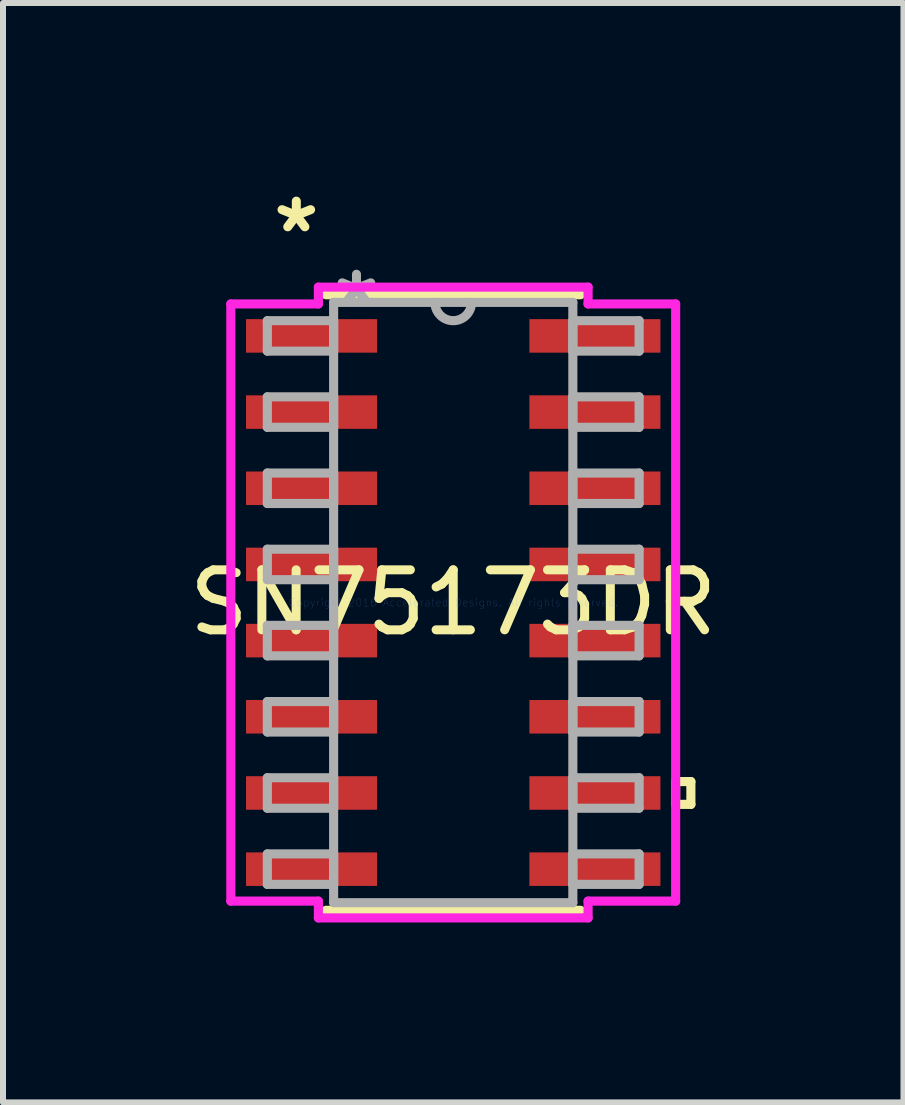
<source format=kicad_pcb>
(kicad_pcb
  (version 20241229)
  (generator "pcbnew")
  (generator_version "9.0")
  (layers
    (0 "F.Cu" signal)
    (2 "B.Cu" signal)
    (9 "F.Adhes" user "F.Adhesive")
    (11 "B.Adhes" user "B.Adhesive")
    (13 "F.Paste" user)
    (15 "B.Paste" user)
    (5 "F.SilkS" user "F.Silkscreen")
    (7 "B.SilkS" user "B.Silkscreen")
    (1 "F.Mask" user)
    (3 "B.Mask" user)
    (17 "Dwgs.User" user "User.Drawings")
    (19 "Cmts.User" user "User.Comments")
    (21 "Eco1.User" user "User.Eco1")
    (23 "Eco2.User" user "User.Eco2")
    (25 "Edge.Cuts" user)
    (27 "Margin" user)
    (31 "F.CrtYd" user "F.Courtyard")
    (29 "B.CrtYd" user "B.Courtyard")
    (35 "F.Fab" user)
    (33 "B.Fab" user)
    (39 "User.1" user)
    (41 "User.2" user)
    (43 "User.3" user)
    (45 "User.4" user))
  (footprint "SN75173DR"
    (layer "F.Cu")
    (at 4.506 6.995)
    (property "Reference" "SN75173DR" (at 0 0 0) (layer "F.SilkS") (effects (font (size 1 1) (thickness 0.15))))
    (attr through_hole)
    (fp_line (start -2.121 5.131) (end 2.121 5.131) (stroke (width 0.152) (type solid)) (layer "F.SilkS"))
    (fp_line (start 2.121 -5.131) (end -2.121 -5.131) (stroke (width 0.152) (type solid)) (layer "F.SilkS"))
    (fp_line (start 3.708 2.985) (end 3.962 2.985) (stroke (width 0.152) (type solid)) (layer "F.SilkS"))
    (fp_line (start 3.708 3.365) (end 3.708 2.985) (stroke (width 0.152) (type solid)) (layer "F.SilkS"))
    (fp_line (start 3.962 2.985) (end 3.962 3.365) (stroke (width 0.152) (type solid)) (layer "F.SilkS"))
    (fp_line (start 3.962 3.365) (end 3.708 3.365) (stroke (width 0.152) (type solid)) (layer "F.SilkS"))
    (fp_line (start -3.708 -4.978) (end -2.248 -4.978) (stroke (width 0.152) (type solid)) (layer "F.CrtYd"))
    (fp_line (start -3.708 4.978) (end -3.708 -4.978) (stroke (width 0.152) (type solid)) (layer "F.CrtYd"))
    (fp_line (start -2.248 -5.258) (end 2.248 -5.258) (stroke (width 0.152) (type solid)) (layer "F.CrtYd"))
    (fp_line (start -2.248 -4.978) (end -2.248 -5.258) (stroke (width 0.152) (type solid)) (layer "F.CrtYd"))
    (fp_line (start -2.248 4.978) (end -3.708 4.978) (stroke (width 0.152) (type solid)) (layer "F.CrtYd"))
    (fp_line (start -2.248 5.258) (end -2.248 4.978) (stroke (width 0.152) (type solid)) (layer "F.CrtYd"))
    (fp_line (start 2.248 -5.258) (end 2.248 -4.978) (stroke (width 0.152) (type solid)) (layer "F.CrtYd"))
    (fp_line (start 2.248 -4.978) (end 3.708 -4.978) (stroke (width 0.152) (type solid)) (layer "F.CrtYd"))
    (fp_line (start 2.248 4.978) (end 2.248 5.258) (stroke (width 0.152) (type solid)) (layer "F.CrtYd"))
    (fp_line (start 2.248 5.258) (end -2.248 5.258) (stroke (width 0.152) (type solid)) (layer "F.CrtYd"))
    (fp_line (start 3.708 -4.978) (end 3.708 4.978) (stroke (width 0.152) (type solid)) (layer "F.CrtYd"))
    (fp_line (start 3.708 4.978) (end 2.248 4.978) (stroke (width 0.152) (type solid)) (layer "F.CrtYd"))
    (fp_line (start -3.099 -4.699) (end -3.099 -4.191) (stroke (width 0.152) (type solid)) (layer "F.Fab"))
    (fp_line (start -3.099 -4.191) (end -1.994 -4.191) (stroke (width 0.152) (type solid)) (layer "F.Fab"))
    (fp_line (start -3.099 -3.429) (end -3.099 -2.921) (stroke (width 0.152) (type solid)) (layer "F.Fab"))
    (fp_line (start -3.099 -2.921) (end -1.994 -2.921) (stroke (width 0.152) (type solid)) (layer "F.Fab"))
    (fp_line (start -3.099 -2.159) (end -3.099 -1.651) (stroke (width 0.152) (type solid)) (layer "F.Fab"))
    (fp_line (start -3.099 -1.651) (end -1.994 -1.651) (stroke (width 0.152) (type solid)) (layer "F.Fab"))
    (fp_line (start -3.099 -0.889) (end -3.099 -0.381) (stroke (width 0.152) (type solid)) (layer "F.Fab"))
    (fp_line (start -3.099 -0.381) (end -1.994 -0.381) (stroke (width 0.152) (type solid)) (layer "F.Fab"))
    (fp_line (start -3.099 0.381) (end -3.099 0.889) (stroke (width 0.152) (type solid)) (layer "F.Fab"))
    (fp_line (start -3.099 0.889) (end -1.994 0.889) (stroke (width 0.152) (type solid)) (layer "F.Fab"))
    (fp_line (start -3.099 1.651) (end -3.099 2.159) (stroke (width 0.152) (type solid)) (layer "F.Fab"))
    (fp_line (start -3.099 2.159) (end -1.994 2.159) (stroke (width 0.152) (type solid)) (layer "F.Fab"))
    (fp_line (start -3.099 2.921) (end -3.099 3.429) (stroke (width 0.152) (type solid)) (layer "F.Fab"))
    (fp_line (start -3.099 3.429) (end -1.994 3.429) (stroke (width 0.152) (type solid)) (layer "F.Fab"))
    (fp_line (start -3.099 4.191) (end -3.099 4.699) (stroke (width 0.152) (type solid)) (layer "F.Fab"))
    (fp_line (start -3.099 4.699) (end -1.994 4.699) (stroke (width 0.152) (type solid)) (layer "F.Fab"))
    (fp_line (start -1.994 -5.004) (end -1.994 5.004) (stroke (width 0.152) (type solid)) (layer "F.Fab"))
    (fp_line (start -1.994 -4.699) (end -3.099 -4.699) (stroke (width 0.152) (type solid)) (layer "F.Fab"))
    (fp_line (start -1.994 -4.191) (end -1.994 -4.699) (stroke (width 0.152) (type solid)) (layer "F.Fab"))
    (fp_line (start -1.994 -3.429) (end -3.099 -3.429) (stroke (width 0.152) (type solid)) (layer "F.Fab"))
    (fp_line (start -1.994 -2.921) (end -1.994 -3.429) (stroke (width 0.152) (type solid)) (layer "F.Fab"))
    (fp_line (start -1.994 -2.159) (end -3.099 -2.159) (stroke (width 0.152) (type solid)) (layer "F.Fab"))
    (fp_line (start -1.994 -1.651) (end -1.994 -2.159) (stroke (width 0.152) (type solid)) (layer "F.Fab"))
    (fp_line (start -1.994 -0.889) (end -3.099 -0.889) (stroke (width 0.152) (type solid)) (layer "F.Fab"))
    (fp_line (start -1.994 -0.381) (end -1.994 -0.889) (stroke (width 0.152) (type solid)) (layer "F.Fab"))
    (fp_line (start -1.994 0.381) (end -3.099 0.381) (stroke (width 0.152) (type solid)) (layer "F.Fab"))
    (fp_line (start -1.994 0.889) (end -1.994 0.381) (stroke (width 0.152) (type solid)) (layer "F.Fab"))
    (fp_line (start -1.994 1.651) (end -3.099 1.651) (stroke (width 0.152) (type solid)) (layer "F.Fab"))
    (fp_line (start -1.994 2.159) (end -1.994 1.651) (stroke (width 0.152) (type solid)) (layer "F.Fab"))
    (fp_line (start -1.994 2.921) (end -3.099 2.921) (stroke (width 0.152) (type solid)) (layer "F.Fab"))
    (fp_line (start -1.994 3.429) (end -1.994 2.921) (stroke (width 0.152) (type solid)) (layer "F.Fab"))
    (fp_line (start -1.994 4.191) (end -3.099 4.191) (stroke (width 0.152) (type solid)) (layer "F.Fab"))
    (fp_line (start -1.994 4.699) (end -1.994 4.191) (stroke (width 0.152) (type solid)) (layer "F.Fab"))
    (fp_line (start -1.994 5.004) (end 1.994 5.004) (stroke (width 0.152) (type solid)) (layer "F.Fab"))
    (fp_line (start 1.994 -5.004) (end -1.994 -5.004) (stroke (width 0.152) (type solid)) (layer "F.Fab"))
    (fp_line (start 1.994 -4.699) (end 1.994 -4.191) (stroke (width 0.152) (type solid)) (layer "F.Fab"))
    (fp_line (start 1.994 -4.191) (end 3.099 -4.191) (stroke (width 0.152) (type solid)) (layer "F.Fab"))
    (fp_line (start 1.994 -3.429) (end 1.994 -2.921) (stroke (width 0.152) (type solid)) (layer "F.Fab"))
    (fp_line (start 1.994 -2.921) (end 3.099 -2.921) (stroke (width 0.152) (type solid)) (layer "F.Fab"))
    (fp_line (start 1.994 -2.159) (end 1.994 -1.651) (stroke (width 0.152) (type solid)) (layer "F.Fab"))
    (fp_line (start 1.994 -1.651) (end 3.099 -1.651) (stroke (width 0.152) (type solid)) (layer "F.Fab"))
    (fp_line (start 1.994 -0.889) (end 1.994 -0.381) (stroke (width 0.152) (type solid)) (layer "F.Fab"))
    (fp_line (start 1.994 -0.381) (end 3.099 -0.381) (stroke (width 0.152) (type solid)) (layer "F.Fab"))
    (fp_line (start 1.994 0.381) (end 1.994 0.889) (stroke (width 0.152) (type solid)) (layer "F.Fab"))
    (fp_line (start 1.994 0.889) (end 3.099 0.889) (stroke (width 0.152) (type solid)) (layer "F.Fab"))
    (fp_line (start 1.994 1.651) (end 1.994 2.159) (stroke (width 0.152) (type solid)) (layer "F.Fab"))
    (fp_line (start 1.994 2.159) (end 3.099 2.159) (stroke (width 0.152) (type solid)) (layer "F.Fab"))
    (fp_line (start 1.994 2.921) (end 1.994 3.429) (stroke (width 0.152) (type solid)) (layer "F.Fab"))
    (fp_line (start 1.994 3.429) (end 3.099 3.429) (stroke (width 0.152) (type solid)) (layer "F.Fab"))
    (fp_line (start 1.994 4.191) (end 1.994 4.699) (stroke (width 0.152) (type solid)) (layer "F.Fab"))
    (fp_line (start 1.994 4.699) (end 3.099 4.699) (stroke (width 0.152) (type solid)) (layer "F.Fab"))
    (fp_line (start 1.994 5.004) (end 1.994 -5.004) (stroke (width 0.152) (type solid)) (layer "F.Fab"))
    (fp_line (start 3.099 -4.699) (end 1.994 -4.699) (stroke (width 0.152) (type solid)) (layer "F.Fab"))
    (fp_line (start 3.099 -4.191) (end 3.099 -4.699) (stroke (width 0.152) (type solid)) (layer "F.Fab"))
    (fp_line (start 3.099 -3.429) (end 1.994 -3.429) (stroke (width 0.152) (type solid)) (layer "F.Fab"))
    (fp_line (start 3.099 -2.921) (end 3.099 -3.429) (stroke (width 0.152) (type solid)) (layer "F.Fab"))
    (fp_line (start 3.099 -2.159) (end 1.994 -2.159) (stroke (width 0.152) (type solid)) (layer "F.Fab"))
    (fp_line (start 3.099 -1.651) (end 3.099 -2.159) (stroke (width 0.152) (type solid)) (layer "F.Fab"))
    (fp_line (start 3.099 -0.889) (end 1.994 -0.889) (stroke (width 0.152) (type solid)) (layer "F.Fab"))
    (fp_line (start 3.099 -0.381) (end 3.099 -0.889) (stroke (width 0.152) (type solid)) (layer "F.Fab"))
    (fp_line (start 3.099 0.381) (end 1.994 0.381) (stroke (width 0.152) (type solid)) (layer "F.Fab"))
    (fp_line (start 3.099 0.889) (end 3.099 0.381) (stroke (width 0.152) (type solid)) (layer "F.Fab"))
    (fp_line (start 3.099 1.651) (end 1.994 1.651) (stroke (width 0.152) (type solid)) (layer "F.Fab"))
    (fp_line (start 3.099 2.159) (end 3.099 1.651) (stroke (width 0.152) (type solid)) (layer "F.Fab"))
    (fp_line (start 3.099 2.921) (end 1.994 2.921) (stroke (width 0.152) (type solid)) (layer "F.Fab"))
    (fp_line (start 3.099 3.429) (end 3.099 2.921) (stroke (width 0.152) (type solid)) (layer "F.Fab"))
    (fp_line (start 3.099 4.191) (end 1.994 4.191) (stroke (width 0.152) (type solid)) (layer "F.Fab"))
    (fp_line (start 3.099 4.699) (end 3.099 4.191) (stroke (width 0.152) (type solid)) (layer "F.Fab"))
    (fp_arc (start 0.3048 -5.0038) (mid 0 -4.699) (end -0.3048 -5.0038) (stroke (width 0.1524) (type solid)) (layer "F.Fab"))
    (fp_text user "*" (at -2.616 -6.147 0) (layer "F.SilkS") (effects (font (size 1 1) (thickness 0.15))))
    (fp_text user "Copyright 2016 Accelerated Designs. All rights reserved." (at 0 0 0) (layer "Cmts.User") (effects (font (size 0.127 0.127) (thickness 0.002))))
    (fp_text user "*" (at -1.613 -4.928 0) (layer "F.Fab") (effects (font (size 1 1) (thickness 0.15))))
    (pad "1" smd rect (at -2.362 -4.445) (size 2.184 0.559) (layers "F.Cu" "F.Mask" "F.Paste"))
    (pad "2" smd rect (at -2.362 -3.175) (size 2.184 0.559) (layers "F.Cu" "F.Mask" "F.Paste"))
    (pad "3" smd rect (at -2.362 -1.905) (size 2.184 0.559) (layers "F.Cu" "F.Mask" "F.Paste"))
    (pad "4" smd rect (at -2.362 -0.635) (size 2.184 0.559) (layers "F.Cu" "F.Mask" "F.Paste"))
    (pad "5" smd rect (at -2.362 0.635) (size 2.184 0.559) (layers "F.Cu" "F.Mask" "F.Paste"))
    (pad "6" smd rect (at -2.362 1.905) (size 2.184 0.559) (layers "F.Cu" "F.Mask" "F.Paste"))
    (pad "7" smd rect (at -2.362 3.175) (size 2.184 0.559) (layers "F.Cu" "F.Mask" "F.Paste"))
    (pad "8" smd rect (at -2.362 4.445) (size 2.184 0.559) (layers "F.Cu" "F.Mask" "F.Paste"))
    (pad "9" smd rect (at 2.362 4.445) (size 2.184 0.559) (layers "F.Cu" "F.Mask" "F.Paste"))
    (pad "10" smd rect (at 2.362 3.175) (size 2.184 0.559) (layers "F.Cu" "F.Mask" "F.Paste"))
    (pad "11" smd rect (at 2.362 1.905) (size 2.184 0.559) (layers "F.Cu" "F.Mask" "F.Paste"))
    (pad "12" smd rect (at 2.362 0.635) (size 2.184 0.559) (layers "F.Cu" "F.Mask" "F.Paste"))
    (pad "13" smd rect (at 2.362 -0.635) (size 2.184 0.559) (layers "F.Cu" "F.Mask" "F.Paste"))
    (pad "14" smd rect (at 2.362 -1.905) (size 2.184 0.559) (layers "F.Cu" "F.Mask" "F.Paste"))
    (pad "15" smd rect (at 2.362 -3.175) (size 2.184 0.559) (layers "F.Cu" "F.Mask" "F.Paste"))
    (pad "16" smd rect (at 2.362 -4.445) (size 2.184 0.559) (layers "F.Cu" "F.Mask" "F.Paste")))
  (gr_rect
    (start -3 -3)
    (end 12.012 15.329)
    (stroke (width 0.1) (type default))
    (fill no)
    (layer "Edge.Cuts")))
</source>
